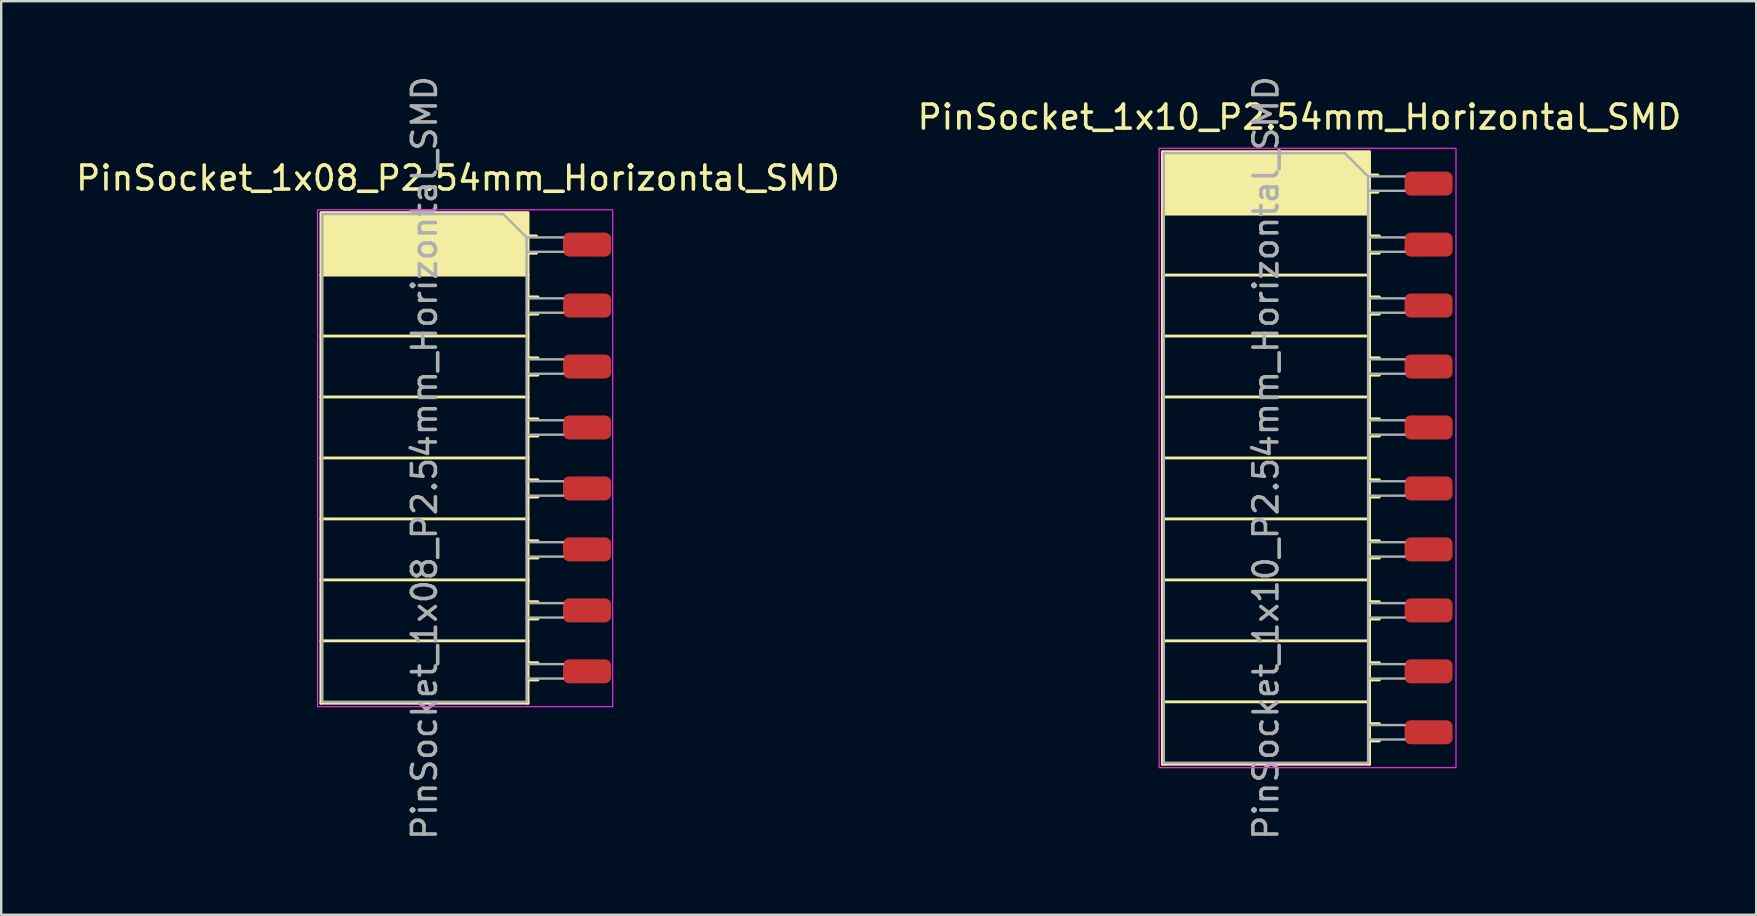
<source format=kicad_pcb>
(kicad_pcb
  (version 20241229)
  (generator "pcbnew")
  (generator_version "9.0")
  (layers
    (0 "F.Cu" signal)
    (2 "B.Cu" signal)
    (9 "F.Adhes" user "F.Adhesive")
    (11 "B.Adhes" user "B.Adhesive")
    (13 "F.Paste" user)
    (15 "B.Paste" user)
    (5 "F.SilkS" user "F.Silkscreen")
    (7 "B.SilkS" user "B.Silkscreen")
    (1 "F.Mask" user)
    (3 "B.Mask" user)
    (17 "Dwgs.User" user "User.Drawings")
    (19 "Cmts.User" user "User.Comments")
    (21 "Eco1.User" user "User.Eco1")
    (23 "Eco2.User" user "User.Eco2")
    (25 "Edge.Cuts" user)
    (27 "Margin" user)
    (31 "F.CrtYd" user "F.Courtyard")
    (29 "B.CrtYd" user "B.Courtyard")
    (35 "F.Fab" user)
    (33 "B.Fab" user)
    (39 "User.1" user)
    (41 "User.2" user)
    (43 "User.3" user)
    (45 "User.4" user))
  (footprint "PinSocket_1x08_P2.54mm_Horizontal_SMD"
    (layer "F.Cu")
    (at 21.41 7.14)
    (property "Reference" "PinSocket_1x08_P2.54mm_Horizontal_SMD" (at -5.38 -2.77 0) (layer "F.SilkS") (effects (font (size 1 1) (thickness 0.15))))
    (attr smd)
    (fp_line (start -11.09 1.27) (end -11.09 19.11) (stroke (width 0.12) (type solid)) (layer "F.SilkS"))
    (fp_line (start -11.09 3.81) (end -2.46 3.81) (stroke (width 0.12) (type solid)) (layer "F.SilkS"))
    (fp_line (start -11.09 6.35) (end -2.46 6.35) (stroke (width 0.12) (type solid)) (layer "F.SilkS"))
    (fp_line (start -11.09 8.89) (end -2.46 8.89) (stroke (width 0.12) (type solid)) (layer "F.SilkS"))
    (fp_line (start -11.09 11.43) (end -2.46 11.43) (stroke (width 0.12) (type solid)) (layer "F.SilkS"))
    (fp_line (start -11.09 13.97) (end -2.46 13.97) (stroke (width 0.12) (type solid)) (layer "F.SilkS"))
    (fp_line (start -11.09 16.51) (end -2.46 16.51) (stroke (width 0.12) (type solid)) (layer "F.SilkS"))
    (fp_line (start -11.09 19.11) (end -2.46 19.11) (stroke (width 0.12) (type solid)) (layer "F.SilkS"))
    (fp_line (start -2.46 -0.36) (end -2.11 -0.36) (stroke (width 0.12) (type solid)) (layer "F.SilkS"))
    (fp_line (start -2.46 0.36) (end -2.11 0.36) (stroke (width 0.12) (type solid)) (layer "F.SilkS"))
    (fp_line (start -2.46 1.27) (end -2.46 19.11) (stroke (width 0.12) (type solid)) (layer "F.SilkS"))
    (fp_line (start -2.46 2.18) (end -2.05 2.18) (stroke (width 0.12) (type solid)) (layer "F.SilkS"))
    (fp_line (start -2.46 2.9) (end -2.05 2.9) (stroke (width 0.12) (type solid)) (layer "F.SilkS"))
    (fp_line (start -2.46 4.72) (end -2.05 4.72) (stroke (width 0.12) (type solid)) (layer "F.SilkS"))
    (fp_line (start -2.46 5.44) (end -2.05 5.44) (stroke (width 0.12) (type solid)) (layer "F.SilkS"))
    (fp_line (start -2.46 7.26) (end -2.05 7.26) (stroke (width 0.12) (type solid)) (layer "F.SilkS"))
    (fp_line (start -2.46 7.98) (end -2.05 7.98) (stroke (width 0.12) (type solid)) (layer "F.SilkS"))
    (fp_line (start -2.46 9.8) (end -2.05 9.8) (stroke (width 0.12) (type solid)) (layer "F.SilkS"))
    (fp_line (start -2.46 10.52) (end -2.05 10.52) (stroke (width 0.12) (type solid)) (layer "F.SilkS"))
    (fp_line (start -2.46 12.34) (end -2.05 12.34) (stroke (width 0.12) (type solid)) (layer "F.SilkS"))
    (fp_line (start -2.46 13.06) (end -2.05 13.06) (stroke (width 0.12) (type solid)) (layer "F.SilkS"))
    (fp_line (start -2.46 14.88) (end -2.05 14.88) (stroke (width 0.12) (type solid)) (layer "F.SilkS"))
    (fp_line (start -2.46 15.6) (end -2.05 15.6) (stroke (width 0.12) (type solid)) (layer "F.SilkS"))
    (fp_line (start -2.46 17.42) (end -2.05 17.42) (stroke (width 0.12) (type solid)) (layer "F.SilkS"))
    (fp_line (start -2.46 18.14) (end -2.05 18.14) (stroke (width 0.12) (type solid)) (layer "F.SilkS"))
    (fp_rect (start -11.09 -1.33) (end -2.46 1.27) (stroke (width 0.12) (type solid)) (fill yes) (layer "F.SilkS"))
    (fp_rect (start -11.227 -1.448) (end 1.067 19.253) (stroke (width 0.05) (type default)) (fill no) (layer "F.CrtYd"))
    (fp_line (start -11.03 -1.27) (end -3.49 -1.27) (stroke (width 0.1) (type solid)) (layer "F.Fab"))
    (fp_line (start -11.03 19.05) (end -11.03 -1.27) (stroke (width 0.1) (type solid)) (layer "F.Fab"))
    (fp_line (start -3.49 -1.27) (end -2.52 -0.3) (stroke (width 0.1) (type solid)) (layer "F.Fab"))
    (fp_line (start -2.52 -0.3) (end -2.52 19.05) (stroke (width 0.1) (type solid)) (layer "F.Fab"))
    (fp_line (start -2.52 0.3) (end -1 0.3) (stroke (width 0.1) (type solid)) (layer "F.Fab"))
    (fp_line (start -2.52 2.84) (end -1 2.84) (stroke (width 0.1) (type solid)) (layer "F.Fab"))
    (fp_line (start -2.52 5.38) (end -1 5.38) (stroke (width 0.1) (type solid)) (layer "F.Fab"))
    (fp_line (start -2.52 7.92) (end -1 7.92) (stroke (width 0.1) (type solid)) (layer "F.Fab"))
    (fp_line (start -2.52 10.46) (end -1 10.46) (stroke (width 0.1) (type solid)) (layer "F.Fab"))
    (fp_line (start -2.52 13) (end -1 13) (stroke (width 0.1) (type solid)) (layer "F.Fab"))
    (fp_line (start -2.52 15.54) (end -1 15.54) (stroke (width 0.1) (type solid)) (layer "F.Fab"))
    (fp_line (start -2.52 18.08) (end -1 18.08) (stroke (width 0.1) (type solid)) (layer "F.Fab"))
    (fp_line (start -2.52 19.05) (end -11.03 19.05) (stroke (width 0.1) (type solid)) (layer "F.Fab"))
    (fp_line (start -1 -0.3) (end -2.52 -0.3) (stroke (width 0.1) (type solid)) (layer "F.Fab"))
    (fp_line (start -1 2.24) (end -2.52 2.24) (stroke (width 0.1) (type solid)) (layer "F.Fab"))
    (fp_line (start -1 4.78) (end -2.52 4.78) (stroke (width 0.1) (type solid)) (layer "F.Fab"))
    (fp_line (start -1 7.32) (end -2.52 7.32) (stroke (width 0.1) (type solid)) (layer "F.Fab"))
    (fp_line (start -1 9.86) (end -2.52 9.86) (stroke (width 0.1) (type solid)) (layer "F.Fab"))
    (fp_line (start -1 12.4) (end -2.52 12.4) (stroke (width 0.1) (type solid)) (layer "F.Fab"))
    (fp_line (start -1 14.94) (end -2.52 14.94) (stroke (width 0.1) (type solid)) (layer "F.Fab"))
    (fp_line (start -1 17.48) (end -2.52 17.48) (stroke (width 0.1) (type solid)) (layer "F.Fab"))
    (fp_text user "${REFERENCE}" (at -6.775 8.89 90) (layer "F.Fab") (effects (font (size 1 1) (thickness 0.15))))
    (pad "1" smd roundrect (at 0 0) (size 2 1) (layers "F.Cu" "F.Mask" "F.Paste") (roundrect_rratio 0.25))
    (pad "2" smd roundrect (at 0 2.54) (size 2 1) (layers "F.Cu" "F.Mask" "F.Paste") (roundrect_rratio 0.25))
    (pad "3" smd roundrect (at 0 5.08) (size 2 1) (layers "F.Cu" "F.Mask" "F.Paste") (roundrect_rratio 0.25))
    (pad "4" smd roundrect (at 0 7.62) (size 2 1) (layers "F.Cu" "F.Mask" "F.Paste") (roundrect_rratio 0.25))
    (pad "5" smd roundrect (at 0 10.16) (size 2 1) (layers "F.Cu" "F.Mask" "F.Paste") (roundrect_rratio 0.25))
    (pad "6" smd roundrect (at 0 12.7) (size 2 1) (layers "F.Cu" "F.Mask" "F.Paste") (roundrect_rratio 0.25))
    (pad "7" smd roundrect (at 0 15.24) (size 2 1) (layers "F.Cu" "F.Mask" "F.Paste") (roundrect_rratio 0.25))
    (pad "8" smd roundrect (at 0 17.78) (size 2 1) (layers "F.Cu" "F.Mask" "F.Paste") (roundrect_rratio 0.25)))
  (footprint "PinSocket_1x10_P2.54mm_Horizontal_SMD"
    (layer "F.Cu")
    (at 56.469 4.6)
    (property "Reference" "PinSocket_1x10_P2.54mm_Horizontal_SMD" (at -5.38 -2.77 0) (layer "F.SilkS") (effects (font (size 1 1) (thickness 0.15))))
    (attr through_hole)
    (fp_line (start -11.09 1.27) (end -11.09 24.19) (stroke (width 0.12) (type solid)) (layer "F.SilkS"))
    (fp_line (start -11.09 3.81) (end -2.46 3.81) (stroke (width 0.12) (type solid)) (layer "F.SilkS"))
    (fp_line (start -11.09 6.35) (end -2.46 6.35) (stroke (width 0.12) (type solid)) (layer "F.SilkS"))
    (fp_line (start -11.09 8.89) (end -2.46 8.89) (stroke (width 0.12) (type solid)) (layer "F.SilkS"))
    (fp_line (start -11.09 11.43) (end -2.46 11.43) (stroke (width 0.12) (type solid)) (layer "F.SilkS"))
    (fp_line (start -11.09 13.97) (end -2.46 13.97) (stroke (width 0.12) (type solid)) (layer "F.SilkS"))
    (fp_line (start -11.09 16.51) (end -2.46 16.51) (stroke (width 0.12) (type solid)) (layer "F.SilkS"))
    (fp_line (start -11.09 19.05) (end -2.46 19.05) (stroke (width 0.12) (type solid)) (layer "F.SilkS"))
    (fp_line (start -11.09 21.59) (end -2.46 21.59) (stroke (width 0.12) (type solid)) (layer "F.SilkS"))
    (fp_line (start -11.09 24.19) (end -2.46 24.19) (stroke (width 0.12) (type solid)) (layer "F.SilkS"))
    (fp_line (start -2.46 -0.36) (end -2.11 -0.36) (stroke (width 0.12) (type solid)) (layer "F.SilkS"))
    (fp_line (start -2.46 0.36) (end -2.11 0.36) (stroke (width 0.12) (type solid)) (layer "F.SilkS"))
    (fp_line (start -2.46 1.27) (end -2.46 24.19) (stroke (width 0.12) (type solid)) (layer "F.SilkS"))
    (fp_line (start -2.46 2.18) (end -2.05 2.18) (stroke (width 0.12) (type solid)) (layer "F.SilkS"))
    (fp_line (start -2.46 2.9) (end -2.05 2.9) (stroke (width 0.12) (type solid)) (layer "F.SilkS"))
    (fp_line (start -2.46 4.72) (end -2.05 4.72) (stroke (width 0.12) (type solid)) (layer "F.SilkS"))
    (fp_line (start -2.46 5.44) (end -2.05 5.44) (stroke (width 0.12) (type solid)) (layer "F.SilkS"))
    (fp_line (start -2.46 7.26) (end -2.05 7.26) (stroke (width 0.12) (type solid)) (layer "F.SilkS"))
    (fp_line (start -2.46 7.98) (end -2.05 7.98) (stroke (width 0.12) (type solid)) (layer "F.SilkS"))
    (fp_line (start -2.46 9.8) (end -2.05 9.8) (stroke (width 0.12) (type solid)) (layer "F.SilkS"))
    (fp_line (start -2.46 10.52) (end -2.05 10.52) (stroke (width 0.12) (type solid)) (layer "F.SilkS"))
    (fp_line (start -2.46 12.34) (end -2.05 12.34) (stroke (width 0.12) (type solid)) (layer "F.SilkS"))
    (fp_line (start -2.46 13.06) (end -2.05 13.06) (stroke (width 0.12) (type solid)) (layer "F.SilkS"))
    (fp_line (start -2.46 14.88) (end -2.05 14.88) (stroke (width 0.12) (type solid)) (layer "F.SilkS"))
    (fp_line (start -2.46 15.6) (end -2.05 15.6) (stroke (width 0.12) (type solid)) (layer "F.SilkS"))
    (fp_line (start -2.46 17.42) (end -2.05 17.42) (stroke (width 0.12) (type solid)) (layer "F.SilkS"))
    (fp_line (start -2.46 18.14) (end -2.05 18.14) (stroke (width 0.12) (type solid)) (layer "F.SilkS"))
    (fp_line (start -2.46 19.96) (end -2.05 19.96) (stroke (width 0.12) (type solid)) (layer "F.SilkS"))
    (fp_line (start -2.46 20.68) (end -2.05 20.68) (stroke (width 0.12) (type solid)) (layer "F.SilkS"))
    (fp_line (start -2.46 22.5) (end -2.05 22.5) (stroke (width 0.12) (type solid)) (layer "F.SilkS"))
    (fp_line (start -2.46 23.22) (end -2.05 23.22) (stroke (width 0.12) (type solid)) (layer "F.SilkS"))
    (fp_rect (start -11.09 -1.33) (end -2.46 1.27) (stroke (width 0.12) (type solid)) (fill yes) (layer "F.SilkS"))
    (fp_rect (start -11.227 -1.473) (end 1.143 24.333) (stroke (width 0.05) (type default)) (fill no) (layer "F.CrtYd"))
    (fp_line (start -11.03 -1.27) (end -3.49 -1.27) (stroke (width 0.1) (type solid)) (layer "F.Fab"))
    (fp_line (start -11.03 24.13) (end -11.03 -1.27) (stroke (width 0.1) (type solid)) (layer "F.Fab"))
    (fp_line (start -3.49 -1.27) (end -2.52 -0.3) (stroke (width 0.1) (type solid)) (layer "F.Fab"))
    (fp_line (start -2.52 -0.3) (end -2.52 24.13) (stroke (width 0.1) (type solid)) (layer "F.Fab"))
    (fp_line (start -2.52 0.3) (end -1 0.3) (stroke (width 0.1) (type solid)) (layer "F.Fab"))
    (fp_line (start -2.52 2.84) (end -1 2.84) (stroke (width 0.1) (type solid)) (layer "F.Fab"))
    (fp_line (start -2.52 5.38) (end -1 5.38) (stroke (width 0.1) (type solid)) (layer "F.Fab"))
    (fp_line (start -2.52 7.92) (end -1 7.92) (stroke (width 0.1) (type solid)) (layer "F.Fab"))
    (fp_line (start -2.52 10.46) (end -1 10.46) (stroke (width 0.1) (type solid)) (layer "F.Fab"))
    (fp_line (start -2.52 13) (end -1 13) (stroke (width 0.1) (type solid)) (layer "F.Fab"))
    (fp_line (start -2.52 15.54) (end -1 15.54) (stroke (width 0.1) (type solid)) (layer "F.Fab"))
    (fp_line (start -2.52 18.08) (end -1 18.08) (stroke (width 0.1) (type solid)) (layer "F.Fab"))
    (fp_line (start -2.52 20.62) (end -1 20.62) (stroke (width 0.1) (type solid)) (layer "F.Fab"))
    (fp_line (start -2.52 23.16) (end -1 23.16) (stroke (width 0.1) (type solid)) (layer "F.Fab"))
    (fp_line (start -2.52 24.13) (end -11.03 24.13) (stroke (width 0.1) (type solid)) (layer "F.Fab"))
    (fp_line (start -1 -0.3) (end -2.52 -0.3) (stroke (width 0.1) (type solid)) (layer "F.Fab"))
    (fp_line (start -1 2.24) (end -2.52 2.24) (stroke (width 0.1) (type solid)) (layer "F.Fab"))
    (fp_line (start -1 4.78) (end -2.52 4.78) (stroke (width 0.1) (type solid)) (layer "F.Fab"))
    (fp_line (start -1 7.32) (end -2.52 7.32) (stroke (width 0.1) (type solid)) (layer "F.Fab"))
    (fp_line (start -1 9.86) (end -2.52 9.86) (stroke (width 0.1) (type solid)) (layer "F.Fab"))
    (fp_line (start -1 12.4) (end -2.52 12.4) (stroke (width 0.1) (type solid)) (layer "F.Fab"))
    (fp_line (start -1 14.94) (end -2.52 14.94) (stroke (width 0.1) (type solid)) (layer "F.Fab"))
    (fp_line (start -1 17.48) (end -2.52 17.48) (stroke (width 0.1) (type solid)) (layer "F.Fab"))
    (fp_line (start -1 20.02) (end -2.52 20.02) (stroke (width 0.1) (type solid)) (layer "F.Fab"))
    (fp_line (start -1 22.56) (end -2.52 22.56) (stroke (width 0.1) (type solid)) (layer "F.Fab"))
    (fp_text user "${REFERENCE}" (at -6.775 11.43 90) (layer "F.Fab") (effects (font (size 1 1) (thickness 0.15))))
    (pad "1" smd roundrect (at 0 0) (size 2 1) (layers "F.Cu" "F.Mask" "F.Paste") (roundrect_rratio 0.25))
    (pad "2" smd roundrect (at 0 2.54) (size 2 1) (layers "F.Cu" "F.Mask" "F.Paste") (roundrect_rratio 0.25))
    (pad "3" smd roundrect (at 0 5.08) (size 2 1) (layers "F.Cu" "F.Mask" "F.Paste") (roundrect_rratio 0.25))
    (pad "4" smd roundrect (at 0 7.62) (size 2 1) (layers "F.Cu" "F.Mask" "F.Paste") (roundrect_rratio 0.25))
    (pad "5" smd roundrect (at 0 10.16) (size 2 1) (layers "F.Cu" "F.Mask" "F.Paste") (roundrect_rratio 0.25))
    (pad "6" smd roundrect (at 0 12.7) (size 2 1) (layers "F.Cu" "F.Mask" "F.Paste") (roundrect_rratio 0.25))
    (pad "7" smd roundrect (at 0 15.24) (size 2 1) (layers "F.Cu" "F.Mask" "F.Paste") (roundrect_rratio 0.25))
    (pad "8" smd roundrect (at 0 17.78) (size 2 1) (layers "F.Cu" "F.Mask" "F.Paste") (roundrect_rratio 0.25))
    (pad "9" smd roundrect (at 0 20.32) (size 2 1) (layers "F.Cu" "F.Mask" "F.Paste") (roundrect_rratio 0.25))
    (pad "10" smd roundrect (at 0 22.86) (size 2 1) (layers "F.Cu" "F.Mask" "F.Paste") (roundrect_rratio 0.25)))
  (gr_rect
    (start -3 -3)
    (end 70.119 35.06)
    (stroke (width 0.1) (type default))
    (fill no)
    (layer "Edge.Cuts")))
</source>
